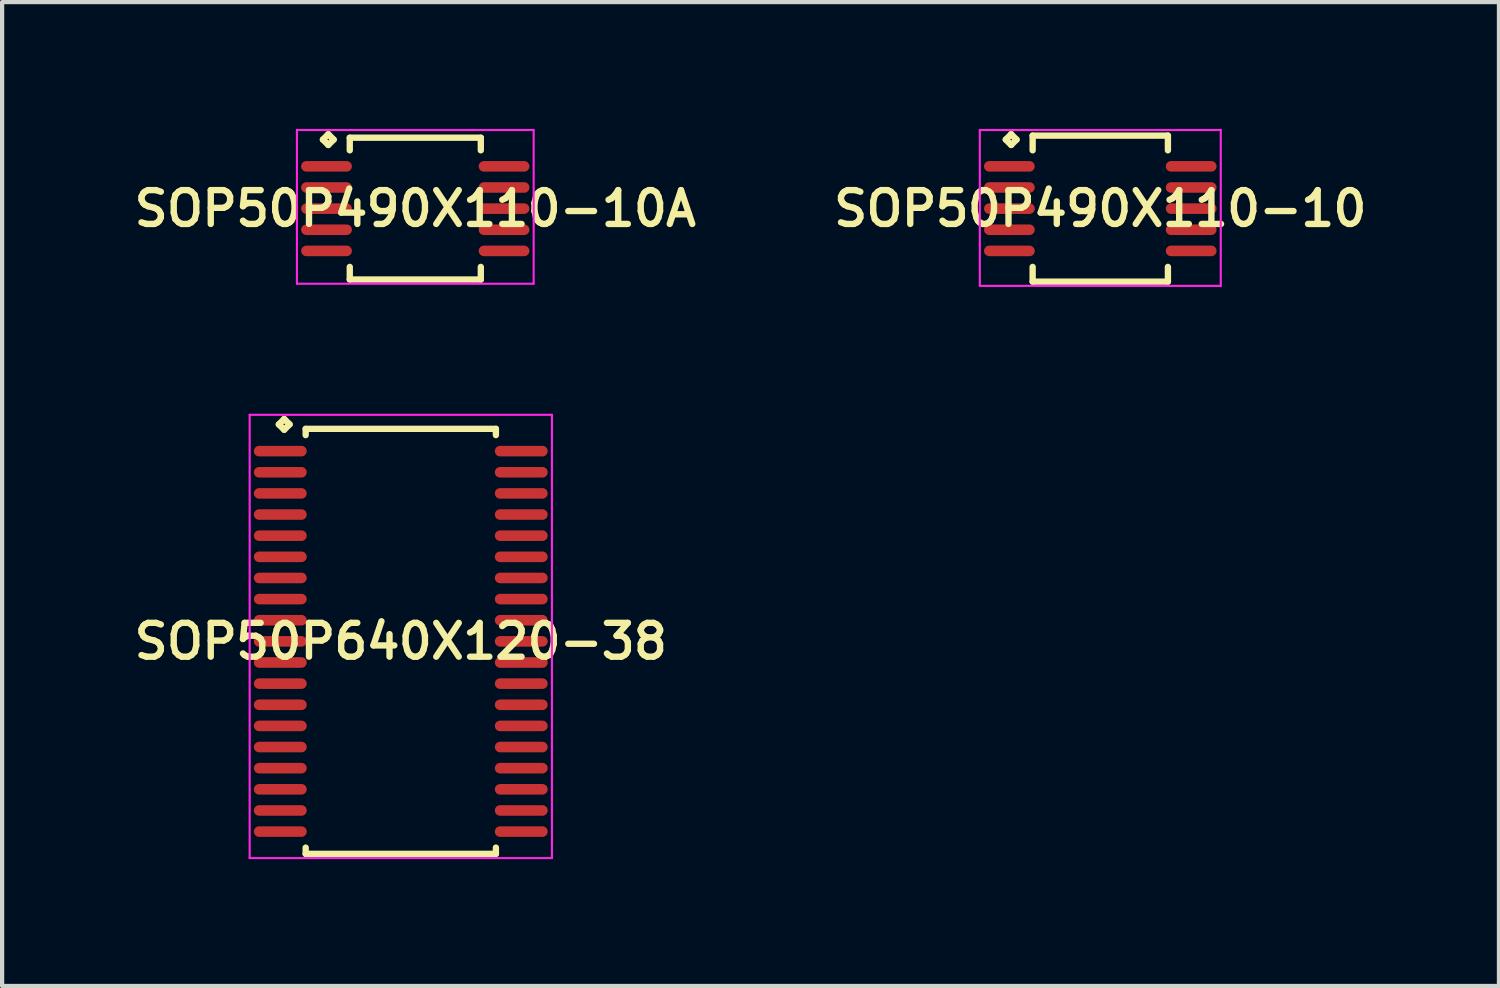
<source format=kicad_pcb>
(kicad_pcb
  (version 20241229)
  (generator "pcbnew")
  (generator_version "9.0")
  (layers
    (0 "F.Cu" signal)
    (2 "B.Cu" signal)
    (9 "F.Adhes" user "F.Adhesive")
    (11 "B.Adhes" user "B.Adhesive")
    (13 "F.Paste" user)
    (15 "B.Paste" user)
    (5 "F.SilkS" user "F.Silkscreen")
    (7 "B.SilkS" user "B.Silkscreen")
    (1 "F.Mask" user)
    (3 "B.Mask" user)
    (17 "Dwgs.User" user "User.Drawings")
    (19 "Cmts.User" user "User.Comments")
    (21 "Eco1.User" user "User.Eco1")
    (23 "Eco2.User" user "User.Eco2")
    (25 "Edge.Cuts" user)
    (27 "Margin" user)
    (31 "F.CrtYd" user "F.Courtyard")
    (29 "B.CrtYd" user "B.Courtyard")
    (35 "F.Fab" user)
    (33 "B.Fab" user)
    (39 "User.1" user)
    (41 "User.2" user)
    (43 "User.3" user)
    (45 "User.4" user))
  (footprint "SOP50P490X110-10A"
    (layer "F.Cu")
    (at 6.774 1.885)
    (property "Reference" "SOP50P490X110-10A" (at 0 0 0) (layer "F.SilkS") (effects (font (size 0.8 0.8) (thickness 0.15))))
    (attr smd)
    (fp_line (start -2.185 -1.633) (end -2.058 -1.76) (stroke (width 0.15) (type solid)) (layer "F.SilkS"))
    (fp_line (start -2.058 -1.76) (end -1.931 -1.633) (stroke (width 0.15) (type solid)) (layer "F.SilkS"))
    (fp_line (start -2.058 -1.506) (end -2.185 -1.633) (stroke (width 0.15) (type solid)) (layer "F.SilkS"))
    (fp_line (start -1.931 -1.633) (end -2.058 -1.506) (stroke (width 0.15) (type solid)) (layer "F.SilkS"))
    (fp_line (start -1.55 -1.677) (end 1.55 -1.677) (stroke (width 0.15) (type solid)) (layer "F.SilkS"))
    (fp_line (start -1.55 -1.379) (end -1.55 -1.677) (stroke (width 0.15) (type solid)) (layer "F.SilkS"))
    (fp_line (start -1.55 1.379) (end -1.55 1.677) (stroke (width 0.15) (type solid)) (layer "F.SilkS"))
    (fp_line (start -1.55 1.677) (end 1.55 1.677) (stroke (width 0.15) (type solid)) (layer "F.SilkS"))
    (fp_line (start 1.55 -1.677) (end 1.55 -1.379) (stroke (width 0.15) (type solid)) (layer "F.SilkS"))
    (fp_line (start 1.55 1.677) (end 1.55 1.379) (stroke (width 0.15) (type solid)) (layer "F.SilkS"))
    (fp_line (start -2.8 -1.86) (end 2.8 -1.86) (stroke (width 0.05) (type solid)) (layer "F.CrtYd"))
    (fp_line (start -2.8 1.777) (end -2.8 -1.86) (stroke (width 0.05) (type solid)) (layer "F.CrtYd"))
    (fp_line (start 2.8 -1.86) (end 2.8 1.777) (stroke (width 0.05) (type solid)) (layer "F.CrtYd"))
    (fp_line (start 2.8 1.777) (end -2.8 1.777) (stroke (width 0.05) (type solid)) (layer "F.CrtYd"))
    (pad "1" smd oval (at -2.1 -1) (size 1.2 0.25) (layers "F.Cu" "F.Mask" "F.Paste"))
    (pad "2" smd oval (at -2.1 -0.5) (size 1.2 0.25) (layers "F.Cu" "F.Mask" "F.Paste"))
    (pad "3" smd oval (at -2.1 0) (size 1.2 0.25) (layers "F.Cu" "F.Mask" "F.Paste"))
    (pad "4" smd oval (at -2.1 0.5) (size 1.2 0.25) (layers "F.Cu" "F.Mask" "F.Paste"))
    (pad "5" smd oval (at -2.1 1) (size 1.2 0.25) (layers "F.Cu" "F.Mask" "F.Paste"))
    (pad "6" smd oval (at 2.1 1) (size 1.2 0.25) (layers "F.Cu" "F.Mask" "F.Paste"))
    (pad "7" smd oval (at 2.1 0.5) (size 1.2 0.25) (layers "F.Cu" "F.Mask" "F.Paste"))
    (pad "8" smd oval (at 2.1 0) (size 1.2 0.25) (layers "F.Cu" "F.Mask" "F.Paste"))
    (pad "9" smd oval (at 2.1 -0.5) (size 1.2 0.25) (layers "F.Cu" "F.Mask" "F.Paste"))
    (pad "10" smd oval (at 2.1 -1) (size 1.2 0.25) (layers "F.Cu" "F.Mask" "F.Paste")))
  (footprint "SOP50P640X120-38"
    (layer "F.Cu")
    (at 6.431 12.122)
    (property "Reference" "SOP50P640X120-38" (at 0 0 0) (layer "F.SilkS") (effects (font (size 0.8 0.8) (thickness 0.15))))
    (attr smd)
    (fp_line (start -2.885 -5.133) (end -2.758 -5.26) (stroke (width 0.15) (type solid)) (layer "F.SilkS"))
    (fp_line (start -2.758 -5.26) (end -2.631 -5.133) (stroke (width 0.15) (type solid)) (layer "F.SilkS"))
    (fp_line (start -2.758 -5.006) (end -2.885 -5.133) (stroke (width 0.15) (type solid)) (layer "F.SilkS"))
    (fp_line (start -2.631 -5.133) (end -2.758 -5.006) (stroke (width 0.15) (type solid)) (layer "F.SilkS"))
    (fp_line (start -2.25 -5.027) (end 2.25 -5.027) (stroke (width 0.15) (type solid)) (layer "F.SilkS"))
    (fp_line (start -2.25 -4.879) (end -2.25 -5.027) (stroke (width 0.15) (type solid)) (layer "F.SilkS"))
    (fp_line (start -2.25 4.879) (end -2.25 5.027) (stroke (width 0.15) (type solid)) (layer "F.SilkS"))
    (fp_line (start -2.25 5.027) (end 2.25 5.027) (stroke (width 0.15) (type solid)) (layer "F.SilkS"))
    (fp_line (start 2.25 -5.027) (end 2.25 -4.879) (stroke (width 0.15) (type solid)) (layer "F.SilkS"))
    (fp_line (start 2.25 5.027) (end 2.25 4.879) (stroke (width 0.15) (type solid)) (layer "F.SilkS"))
    (fp_line (start -3.575 -5.36) (end 3.575 -5.36) (stroke (width 0.05) (type solid)) (layer "F.CrtYd"))
    (fp_line (start -3.575 5.127) (end -3.575 -5.36) (stroke (width 0.05) (type solid)) (layer "F.CrtYd"))
    (fp_line (start 3.575 -5.36) (end 3.575 5.127) (stroke (width 0.05) (type solid)) (layer "F.CrtYd"))
    (fp_line (start 3.575 5.127) (end -3.575 5.127) (stroke (width 0.05) (type solid)) (layer "F.CrtYd"))
    (pad "1" smd oval (at -2.85 -4.5) (size 1.25 0.25) (layers "F.Cu" "F.Mask" "F.Paste"))
    (pad "2" smd oval (at -2.85 -4) (size 1.25 0.25) (layers "F.Cu" "F.Mask" "F.Paste"))
    (pad "3" smd oval (at -2.85 -3.5) (size 1.25 0.25) (layers "F.Cu" "F.Mask" "F.Paste"))
    (pad "4" smd oval (at -2.85 -3) (size 1.25 0.25) (layers "F.Cu" "F.Mask" "F.Paste"))
    (pad "5" smd oval (at -2.85 -2.5) (size 1.25 0.25) (layers "F.Cu" "F.Mask" "F.Paste"))
    (pad "6" smd oval (at -2.85 -2) (size 1.25 0.25) (layers "F.Cu" "F.Mask" "F.Paste"))
    (pad "7" smd oval (at -2.85 -1.5) (size 1.25 0.25) (layers "F.Cu" "F.Mask" "F.Paste"))
    (pad "8" smd oval (at -2.85 -1) (size 1.25 0.25) (layers "F.Cu" "F.Mask" "F.Paste"))
    (pad "9" smd oval (at -2.85 -0.5) (size 1.25 0.25) (layers "F.Cu" "F.Mask" "F.Paste"))
    (pad "10" smd oval (at -2.85 0) (size 1.25 0.25) (layers "F.Cu" "F.Mask" "F.Paste"))
    (pad "11" smd oval (at -2.85 0.5) (size 1.25 0.25) (layers "F.Cu" "F.Mask" "F.Paste"))
    (pad "12" smd oval (at -2.85 1) (size 1.25 0.25) (layers "F.Cu" "F.Mask" "F.Paste"))
    (pad "13" smd oval (at -2.85 1.5) (size 1.25 0.25) (layers "F.Cu" "F.Mask" "F.Paste"))
    (pad "14" smd oval (at -2.85 2) (size 1.25 0.25) (layers "F.Cu" "F.Mask" "F.Paste"))
    (pad "15" smd oval (at -2.85 2.5) (size 1.25 0.25) (layers "F.Cu" "F.Mask" "F.Paste"))
    (pad "16" smd oval (at -2.85 3) (size 1.25 0.25) (layers "F.Cu" "F.Mask" "F.Paste"))
    (pad "17" smd oval (at -2.85 3.5) (size 1.25 0.25) (layers "F.Cu" "F.Mask" "F.Paste"))
    (pad "18" smd oval (at -2.85 4) (size 1.25 0.25) (layers "F.Cu" "F.Mask" "F.Paste"))
    (pad "19" smd oval (at -2.85 4.5) (size 1.25 0.25) (layers "F.Cu" "F.Mask" "F.Paste"))
    (pad "20" smd oval (at 2.85 4.5) (size 1.25 0.25) (layers "F.Cu" "F.Mask" "F.Paste"))
    (pad "21" smd oval (at 2.85 4) (size 1.25 0.25) (layers "F.Cu" "F.Mask" "F.Paste"))
    (pad "22" smd oval (at 2.85 3.5) (size 1.25 0.25) (layers "F.Cu" "F.Mask" "F.Paste"))
    (pad "23" smd oval (at 2.85 3) (size 1.25 0.25) (layers "F.Cu" "F.Mask" "F.Paste"))
    (pad "24" smd oval (at 2.85 2.5) (size 1.25 0.25) (layers "F.Cu" "F.Mask" "F.Paste"))
    (pad "25" smd oval (at 2.85 2) (size 1.25 0.25) (layers "F.Cu" "F.Mask" "F.Paste"))
    (pad "26" smd oval (at 2.85 1.5) (size 1.25 0.25) (layers "F.Cu" "F.Mask" "F.Paste"))
    (pad "27" smd oval (at 2.85 1) (size 1.25 0.25) (layers "F.Cu" "F.Mask" "F.Paste"))
    (pad "28" smd oval (at 2.85 0.5) (size 1.25 0.25) (layers "F.Cu" "F.Mask" "F.Paste"))
    (pad "29" smd oval (at 2.85 0) (size 1.25 0.25) (layers "F.Cu" "F.Mask" "F.Paste"))
    (pad "30" smd oval (at 2.85 -0.5) (size 1.25 0.25) (layers "F.Cu" "F.Mask" "F.Paste"))
    (pad "31" smd oval (at 2.85 -1) (size 1.25 0.25) (layers "F.Cu" "F.Mask" "F.Paste"))
    (pad "32" smd oval (at 2.85 -1.5) (size 1.25 0.25) (layers "F.Cu" "F.Mask" "F.Paste"))
    (pad "33" smd oval (at 2.85 -2) (size 1.25 0.25) (layers "F.Cu" "F.Mask" "F.Paste"))
    (pad "34" smd oval (at 2.85 -2.5) (size 1.25 0.25) (layers "F.Cu" "F.Mask" "F.Paste"))
    (pad "35" smd oval (at 2.85 -3) (size 1.25 0.25) (layers "F.Cu" "F.Mask" "F.Paste"))
    (pad "36" smd oval (at 2.85 -3.5) (size 1.25 0.25) (layers "F.Cu" "F.Mask" "F.Paste"))
    (pad "37" smd oval (at 2.85 -4) (size 1.25 0.25) (layers "F.Cu" "F.Mask" "F.Paste"))
    (pad "38" smd oval (at 2.85 -4.5) (size 1.25 0.25) (layers "F.Cu" "F.Mask" "F.Paste")))
  (footprint "SOP50P490X110-10"
    (layer "F.Cu")
    (at 22.978 1.885)
    (property "Reference" "SOP50P490X110-10" (at 0 0 0) (layer "F.SilkS") (effects (font (size 0.8 0.8) (thickness 0.15))))
    (attr smd)
    (fp_line (start -2.235 -1.633) (end -2.108 -1.76) (stroke (width 0.15) (type solid)) (layer "F.SilkS"))
    (fp_line (start -2.108 -1.76) (end -1.981 -1.633) (stroke (width 0.15) (type solid)) (layer "F.SilkS"))
    (fp_line (start -2.108 -1.506) (end -2.235 -1.633) (stroke (width 0.15) (type solid)) (layer "F.SilkS"))
    (fp_line (start -1.981 -1.633) (end -2.108 -1.506) (stroke (width 0.15) (type solid)) (layer "F.SilkS"))
    (fp_line (start -1.6 -1.727) (end 1.6 -1.727) (stroke (width 0.15) (type solid)) (layer "F.SilkS"))
    (fp_line (start -1.6 -1.379) (end -1.6 -1.727) (stroke (width 0.15) (type solid)) (layer "F.SilkS"))
    (fp_line (start -1.6 1.379) (end -1.6 1.727) (stroke (width 0.15) (type solid)) (layer "F.SilkS"))
    (fp_line (start -1.6 1.727) (end 1.6 1.727) (stroke (width 0.15) (type solid)) (layer "F.SilkS"))
    (fp_line (start 1.6 -1.727) (end 1.6 -1.379) (stroke (width 0.15) (type solid)) (layer "F.SilkS"))
    (fp_line (start 1.6 1.727) (end 1.6 1.379) (stroke (width 0.15) (type solid)) (layer "F.SilkS"))
    (fp_line (start -2.85 -1.86) (end 2.85 -1.86) (stroke (width 0.05) (type solid)) (layer "F.CrtYd"))
    (fp_line (start -2.85 1.827) (end -2.85 -1.86) (stroke (width 0.05) (type solid)) (layer "F.CrtYd"))
    (fp_line (start 2.85 -1.86) (end 2.85 1.827) (stroke (width 0.05) (type solid)) (layer "F.CrtYd"))
    (fp_line (start 2.85 1.827) (end -2.85 1.827) (stroke (width 0.05) (type solid)) (layer "F.CrtYd"))
    (pad "1" smd oval (at -2.15 -1) (size 1.2 0.25) (layers "F.Cu" "F.Mask" "F.Paste"))
    (pad "2" smd oval (at -2.15 -0.5) (size 1.2 0.25) (layers "F.Cu" "F.Mask" "F.Paste"))
    (pad "3" smd oval (at -2.15 0) (size 1.2 0.25) (layers "F.Cu" "F.Mask" "F.Paste"))
    (pad "4" smd oval (at -2.15 0.5) (size 1.2 0.25) (layers "F.Cu" "F.Mask" "F.Paste"))
    (pad "5" smd oval (at -2.15 1) (size 1.2 0.25) (layers "F.Cu" "F.Mask" "F.Paste"))
    (pad "6" smd oval (at 2.15 1) (size 1.2 0.25) (layers "F.Cu" "F.Mask" "F.Paste"))
    (pad "7" smd oval (at 2.15 0.5) (size 1.2 0.25) (layers "F.Cu" "F.Mask" "F.Paste"))
    (pad "8" smd oval (at 2.15 0) (size 1.2 0.25) (layers "F.Cu" "F.Mask" "F.Paste"))
    (pad "9" smd oval (at 2.15 -0.5) (size 1.2 0.25) (layers "F.Cu" "F.Mask" "F.Paste"))
    (pad "10" smd oval (at 2.15 -1) (size 1.2 0.25) (layers "F.Cu" "F.Mask" "F.Paste")))
  (gr_rect
    (start -3 -3)
    (end 32.409 20.274)
    (stroke (width 0.1) (type default))
    (fill no)
    (layer "Edge.Cuts")))
</source>
